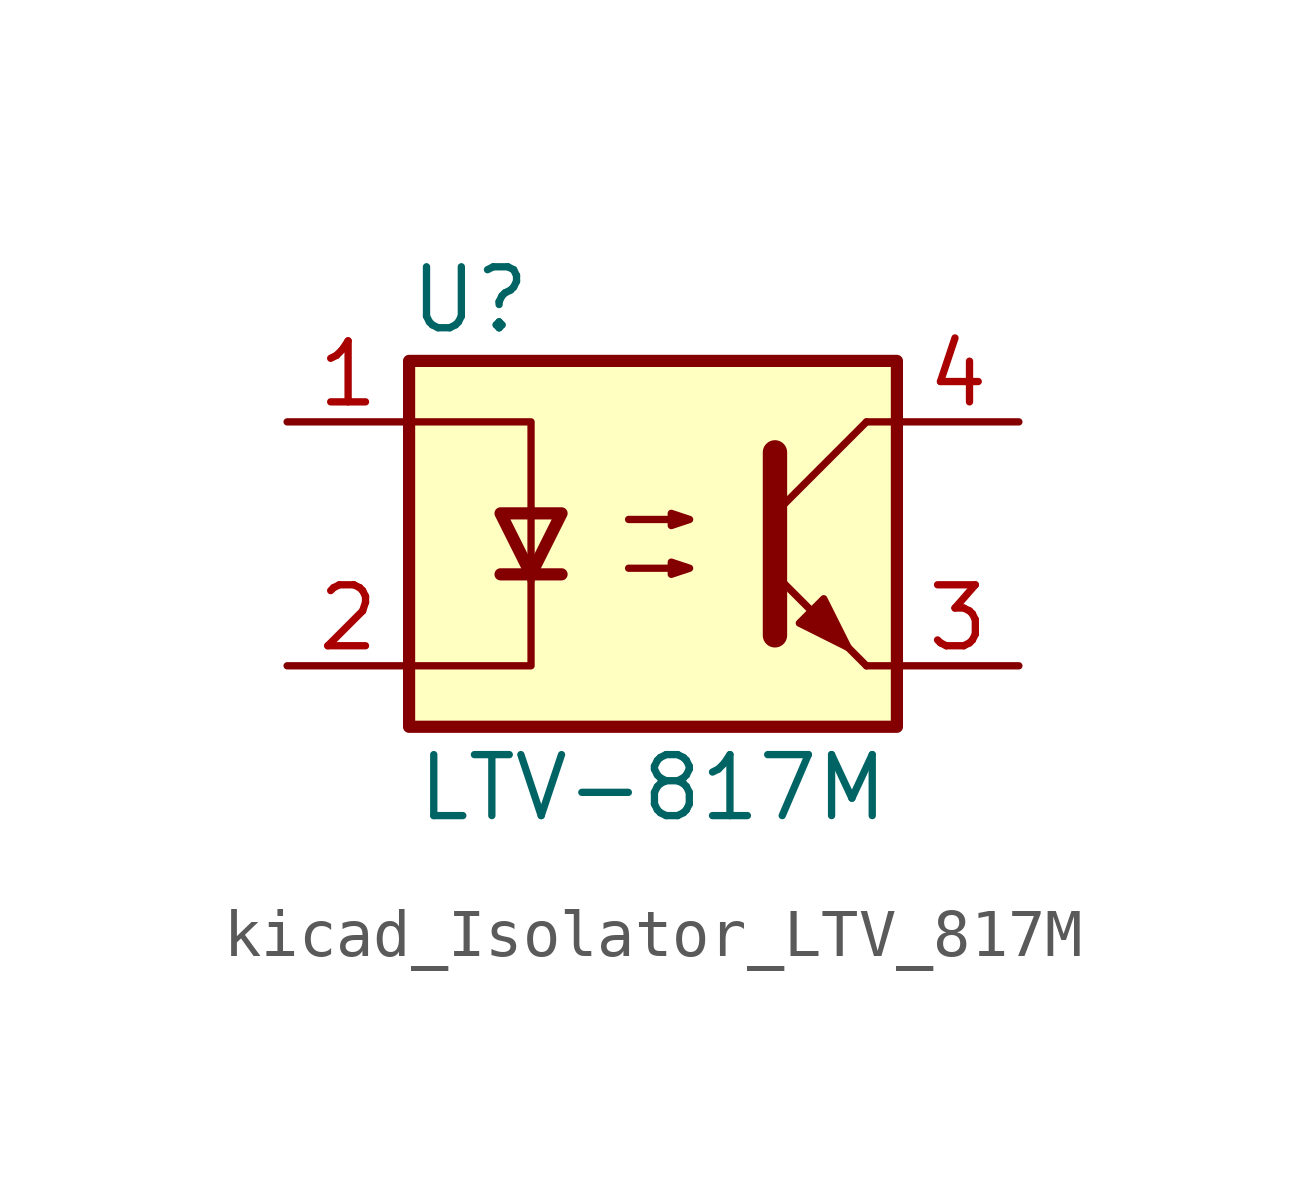
<source format=kicad_sym>
(kicad_symbol_lib
  (version 20220914)
  (generator kicad_symbol_editor)
  (symbol "kicad_Isolator_LTV_817M"
    (pin_names
      (offset 1.016))
    (property "Reference" "U"
      (at -3.81 5.08 0)
      (effects (font (size 1.27 1.27))))
    (property "Value" "LTV-817M"
      (at 0 -5.08 0)
      (effects (font (size 1.27 1.27))))
    (symbol "kicad_Isolator_LTV_817M_1_1"
      (rectangle (start -5.08 3.81) (end 5.08 -3.81) (stroke (width 0.254) (type default)) (fill (type background)))
      (polyline (pts (xy -3.175 -0.635) (xy -1.905 -0.635)) (stroke (width 0.254) (type default)) (fill (type none)))
      (polyline (pts (xy 2.54 0.635) (xy 4.445 2.54)) (stroke (width 0) (type default)) (fill (type none)))
      (polyline (pts (xy 4.445 -2.54) (xy 2.54 -0.635)) (stroke (width 0) (type default)) (fill (type outline)))
      (polyline (pts (xy 4.445 -2.54) (xy 5.08 -2.54)) (stroke (width 0) (type default)) (fill (type none)))
      (polyline (pts (xy 4.445 2.54) (xy 5.08 2.54)) (stroke (width 0) (type default)) (fill (type none)))
      (polyline (pts (xy -5.08 2.54) (xy -2.54 2.54) (xy -2.54 -0.762)) (stroke (width 0) (type default)) (fill (type none)))
      (polyline (pts (xy -2.54 -0.635) (xy -2.54 -2.54) (xy -5.08 -2.54)) (stroke (width 0) (type default)) (fill (type none)))
      (polyline (pts (xy 2.54 1.905) (xy 2.54 -1.905) (xy 2.54 -1.905)) (stroke (width 0.508) (type default)) (fill (type none)))
      (polyline (pts (xy -2.54 -0.635) (xy -3.175 0.635) (xy -1.905 0.635) (xy -2.54 -0.635)) (stroke (width 0.254) (type default)) (fill (type none)))
      (polyline (pts (xy -0.508 -0.508) (xy 0.762 -0.508) (xy 0.381 -0.635) (xy 0.381 -0.381) (xy 0.762 -0.508)) (stroke (width 0) (type default)) (fill (type none)))
      (polyline (pts (xy -0.508 0.508) (xy 0.762 0.508) (xy 0.381 0.381) (xy 0.381 0.635) (xy 0.762 0.508)) (stroke (width 0) (type default)) (fill (type none)))
      (polyline (pts (xy 3.048 -1.651) (xy 3.556 -1.143) (xy 4.064 -2.159) (xy 3.048 -1.651) (xy 3.048 -1.651)) (stroke (width 0) (type default)) (fill (type outline)))
      (pin passive line (at -7.62 2.54 0) (length 2.54) (name "~" (effects (font (size 1.27 1.27)))) (number "1" (effects (font (size 1.27 1.27)))))
      (pin passive line (at -7.62 -2.54 0) (length 2.54) (name "~" (effects (font (size 1.27 1.27)))) (number "2" (effects (font (size 1.27 1.27)))))
      (pin passive line (at 7.62 -2.54 180) (length 2.54) (name "~" (effects (font (size 1.27 1.27)))) (number "3" (effects (font (size 1.27 1.27)))))
      (pin passive line (at 7.62 2.54 180) (length 2.54) (name "~" (effects (font (size 1.27 1.27)))) (number "4" (effects (font (size 1.27 1.27))))))))
</source>
